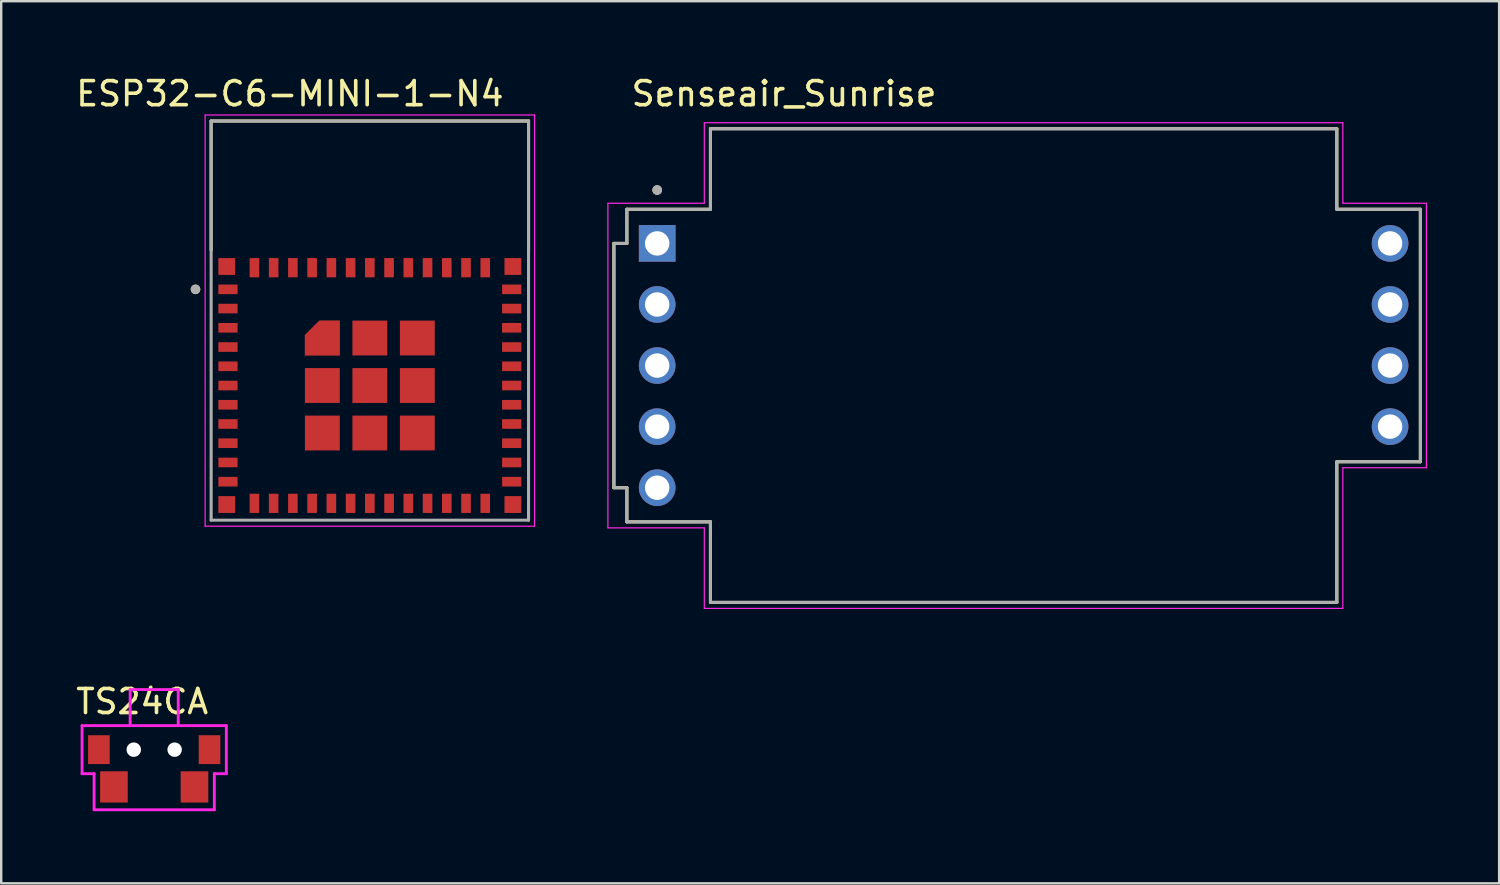
<source format=kicad_pcb>
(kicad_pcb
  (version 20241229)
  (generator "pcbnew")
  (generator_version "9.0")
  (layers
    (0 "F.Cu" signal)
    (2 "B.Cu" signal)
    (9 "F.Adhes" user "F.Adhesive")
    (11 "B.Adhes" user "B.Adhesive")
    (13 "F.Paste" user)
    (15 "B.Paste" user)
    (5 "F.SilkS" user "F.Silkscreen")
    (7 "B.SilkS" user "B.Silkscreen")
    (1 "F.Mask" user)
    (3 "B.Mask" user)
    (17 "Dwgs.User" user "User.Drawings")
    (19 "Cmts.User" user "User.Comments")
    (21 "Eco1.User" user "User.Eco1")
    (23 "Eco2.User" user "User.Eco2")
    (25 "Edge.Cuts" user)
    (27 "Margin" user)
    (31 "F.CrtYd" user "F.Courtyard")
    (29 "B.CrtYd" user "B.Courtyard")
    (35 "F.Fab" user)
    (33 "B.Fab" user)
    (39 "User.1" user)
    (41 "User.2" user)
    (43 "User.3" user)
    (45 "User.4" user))
  (footprint "Senseair_Sunrise"
    (layer "F.Cu")
    (at 39.521 12.153)
    (property "Reference" "Senseair_Sunrise" (at -9.965 -11.305 0) (layer "F.SilkS") (effects (font (size 1 1) (thickness 0.15))))
    (attr through_hole)
    (fp_line (start -17.04 -5.08) (end -17.04 5.08) (stroke (width 0.127) (type solid)) (layer "F.SilkS"))
    (fp_line (start -17.04 5.08) (end -16.5 5.08) (stroke (width 0.127) (type solid)) (layer "F.SilkS"))
    (fp_line (start -16.5 -6.5) (end -16.5 -5.08) (stroke (width 0.127) (type solid)) (layer "F.SilkS"))
    (fp_line (start -16.5 -5.08) (end -17.04 -5.08) (stroke (width 0.127) (type solid)) (layer "F.SilkS"))
    (fp_line (start -16.5 5.08) (end -16.5 6.5) (stroke (width 0.127) (type solid)) (layer "F.SilkS"))
    (fp_line (start -16.5 6.5) (end -13.025 6.5) (stroke (width 0.127) (type solid)) (layer "F.SilkS"))
    (fp_line (start -13.025 -9.85) (end -13.025 -6.5) (stroke (width 0.127) (type solid)) (layer "F.SilkS"))
    (fp_line (start -13.025 -6.5) (end -16.5 -6.5) (stroke (width 0.127) (type solid)) (layer "F.SilkS"))
    (fp_line (start -13.025 6.5) (end -13.025 9.85) (stroke (width 0.127) (type solid)) (layer "F.SilkS"))
    (fp_line (start -13.025 9.85) (end 13.025 9.85) (stroke (width 0.127) (type solid)) (layer "F.SilkS"))
    (fp_line (start 13.025 -9.85) (end -13.025 -9.85) (stroke (width 0.127) (type solid)) (layer "F.SilkS"))
    (fp_line (start 13.025 -6.5) (end 13.025 -9.85) (stroke (width 0.127) (type solid)) (layer "F.SilkS"))
    (fp_line (start 13.025 9.85) (end 13.025 4) (stroke (width 0.127) (type solid)) (layer "F.SilkS"))
    (fp_line (start 16.5 -6.5) (end 13.025 -6.5) (stroke (width 0.127) (type solid)) (layer "F.SilkS"))
    (fp_line (start 16.5 4) (end 13.025 4) (stroke (width 0.127) (type solid)) (layer "F.SilkS"))
    (fp_line (start 16.5 4) (end 16.5 -6.5) (stroke (width 0.127) (type solid)) (layer "F.SilkS"))
    (fp_circle (center -15.24 -7.3) (end -15.14 -7.3) (stroke (width 0.2) (type solid)) (fill no) (layer "F.SilkS"))
    (fp_line (start -17.29 -6.75) (end -13.28 -6.75) (stroke (width 0.05) (type solid)) (layer "F.CrtYd"))
    (fp_line (start -17.29 6.75) (end -17.29 -6.75) (stroke (width 0.05) (type solid)) (layer "F.CrtYd"))
    (fp_line (start -13.28 -10.1) (end 13.275 -10.1) (stroke (width 0.05) (type solid)) (layer "F.CrtYd"))
    (fp_line (start -13.28 -6.75) (end -13.28 -10.1) (stroke (width 0.05) (type solid)) (layer "F.CrtYd"))
    (fp_line (start -13.28 6.75) (end -17.29 6.75) (stroke (width 0.05) (type solid)) (layer "F.CrtYd"))
    (fp_line (start -13.28 10.1) (end -13.28 6.75) (stroke (width 0.05) (type solid)) (layer "F.CrtYd"))
    (fp_line (start 13.275 -10.1) (end 13.275 -6.75) (stroke (width 0.05) (type solid)) (layer "F.CrtYd"))
    (fp_line (start 13.275 -6.75) (end 16.75 -6.75) (stroke (width 0.05) (type solid)) (layer "F.CrtYd"))
    (fp_line (start 13.275 4.25) (end 13.275 10.1) (stroke (width 0.05) (type solid)) (layer "F.CrtYd"))
    (fp_line (start 13.275 10.1) (end -13.28 10.1) (stroke (width 0.05) (type solid)) (layer "F.CrtYd"))
    (fp_line (start 16.75 -6.75) (end 16.75 4.25) (stroke (width 0.05) (type solid)) (layer "F.CrtYd"))
    (fp_line (start 16.75 4.25) (end 13.275 4.25) (stroke (width 0.05) (type solid)) (layer "F.CrtYd"))
    (fp_line (start -17.04 -5.08) (end -17.04 5.08) (stroke (width 0.127) (type solid)) (layer "F.Fab"))
    (fp_line (start -17.04 5.08) (end -16.5 5.08) (stroke (width 0.127) (type solid)) (layer "F.Fab"))
    (fp_line (start -16.5 -6.5) (end -16.5 -5.08) (stroke (width 0.127) (type solid)) (layer "F.Fab"))
    (fp_line (start -16.5 -5.08) (end -17.04 -5.08) (stroke (width 0.127) (type solid)) (layer "F.Fab"))
    (fp_line (start -16.5 5.08) (end -16.5 6.5) (stroke (width 0.127) (type solid)) (layer "F.Fab"))
    (fp_line (start -16.5 6.5) (end -13.025 6.5) (stroke (width 0.127) (type solid)) (layer "F.Fab"))
    (fp_line (start -13.025 -9.85) (end -13.025 -6.5) (stroke (width 0.127) (type solid)) (layer "F.Fab"))
    (fp_line (start -13.025 -6.5) (end -16.5 -6.5) (stroke (width 0.127) (type solid)) (layer "F.Fab"))
    (fp_line (start -13.025 6.5) (end -13.025 9.85) (stroke (width 0.127) (type solid)) (layer "F.Fab"))
    (fp_line (start -13.025 9.85) (end 13.025 9.85) (stroke (width 0.127) (type solid)) (layer "F.Fab"))
    (fp_line (start 13.025 -9.85) (end -13.025 -9.85) (stroke (width 0.127) (type solid)) (layer "F.Fab"))
    (fp_line (start 13.025 -6.5) (end 13.025 -9.85) (stroke (width 0.127) (type solid)) (layer "F.Fab"))
    (fp_line (start 13.025 9.85) (end 13.025 4) (stroke (width 0.127) (type solid)) (layer "F.Fab"))
    (fp_line (start 16.5 -6.5) (end 13.025 -6.5) (stroke (width 0.127) (type solid)) (layer "F.Fab"))
    (fp_line (start 16.5 4) (end 13.025 4) (stroke (width 0.127) (type solid)) (layer "F.Fab"))
    (fp_line (start 16.5 4) (end 16.5 -6.5) (stroke (width 0.127) (type solid)) (layer "F.Fab"))
    (fp_circle (center -15.24 -7.3) (end -15.14 -7.3) (stroke (width 0.2) (type solid)) (fill no) (layer "F.Fab"))
    (pad "1" thru_hole rect (at -15.24 -5.08) (size 1.524 1.524) (drill 1.016) (layers "*.Cu" "*.Mask"))
    (pad "2" thru_hole circle (at -15.24 -2.54) (size 1.524 1.524) (drill 1.016) (layers "*.Cu" "*.Mask"))
    (pad "3" thru_hole circle (at -15.24 0) (size 1.524 1.524) (drill 1.016) (layers "*.Cu" "*.Mask"))
    (pad "4" thru_hole circle (at -15.24 2.54) (size 1.524 1.524) (drill 1.016) (layers "*.Cu" "*.Mask"))
    (pad "5" thru_hole circle (at -15.24 5.08) (size 1.524 1.524) (drill 1.016) (layers "*.Cu" "*.Mask"))
    (pad "6" thru_hole circle (at 15.24 2.54) (size 1.524 1.524) (drill 1.016) (layers "*.Cu" "*.Mask"))
    (pad "7" thru_hole circle (at 15.24 0) (size 1.524 1.524) (drill 1.016) (layers "*.Cu" "*.Mask"))
    (pad "8" thru_hole circle (at 15.24 -2.54) (size 1.524 1.524) (drill 1.016) (layers "*.Cu" "*.Mask"))
    (pad "9" thru_hole circle (at 15.24 -5.08) (size 1.524 1.524) (drill 1.016) (layers "*.Cu" "*.Mask")))
  (footprint "TS24CA"
    (layer "F.Cu")
    (at 3.363 28.127)
    (property "Reference" "TS24CA" (at -0.5 -2 0) (layer "F.SilkS") (effects (font (size 1 1) (thickness 0.15))))
    (attr through_hole)
    (fp_line (start -3 -1) (end -3 1) (stroke (width 0.12) (type solid)) (layer "F.CrtYd"))
    (fp_line (start -3 1) (end -2.5 1) (stroke (width 0.12) (type solid)) (layer "F.CrtYd"))
    (fp_line (start -2.5 1) (end -2.5 2.5) (stroke (width 0.12) (type solid)) (layer "F.CrtYd"))
    (fp_line (start -2.5 2.5) (end 2.5 2.5) (stroke (width 0.12) (type solid)) (layer "F.CrtYd"))
    (fp_line (start -1 -2.5) (end 1 -2.5) (stroke (width 0.12) (type default)) (layer "F.CrtYd"))
    (fp_line (start -1 -1) (end -1 -2.5) (stroke (width 0.12) (type default)) (layer "F.CrtYd"))
    (fp_line (start 1 -2.5) (end 1 -1) (stroke (width 0.12) (type default)) (layer "F.CrtYd"))
    (fp_line (start 2.5 1) (end 3 1) (stroke (width 0.12) (type solid)) (layer "F.CrtYd"))
    (fp_line (start 2.5 2.5) (end 2.5 1) (stroke (width 0.12) (type solid)) (layer "F.CrtYd"))
    (fp_line (start 3 -1) (end -3 -1) (stroke (width 0.12) (type solid)) (layer "F.CrtYd"))
    (fp_line (start 3 1) (end 3 -1) (stroke (width 0.12) (type solid)) (layer "F.CrtYd"))
    (pad "" np_thru_hole circle (at -0.85 0) (size 0.6 0.6) (drill 0.6) (layers "*.Cu" "*.Mask"))
    (pad "" np_thru_hole circle (at 0.85 0) (size 0.6 0.6) (drill 0.6) (layers "*.Cu" "*.Mask"))
    (pad "1" smd rect (at -1.675 1.55) (size 1.15 1.3) (layers "F.Cu" "F.Mask" "F.Paste"))
    (pad "2" smd rect (at 1.675 1.55) (size 1.15 1.3) (layers "F.Cu" "F.Mask" "F.Paste"))
    (pad "~" smd rect (at -2.3 0) (size 0.9 1.2) (layers "F.Cu" "F.Mask" "F.Paste"))
    (pad "~" smd rect (at 2.3 0) (size 0.9 1.2) (layers "F.Cu" "F.Mask" "F.Paste")))
  (footprint "ESP32-C6-MINI-1-N4"
    (layer "F.Cu")
    (at 12.331 12.983)
    (property "Reference" "ESP32-C6-MINI-1-N4" (at -3.325 -12.135 0) (layer "F.SilkS") (effects (font (size 1 1) (thickness 0.15))))
    (attr smd)
    (fp_poly (pts (xy -2.8 -1.15) (xy -1.15 -1.15) (xy -1.15 -2.8) (xy -2.15 -2.8) (xy -2.8 -2.15)) (stroke (width 0.01) (type solid)) (fill yes) (layer "F.Mask"))
    (fp_line (start -6.6 -11) (end 6.6 -11) (stroke (width 0.127) (type solid)) (layer "F.SilkS"))
    (fp_line (start -6.6 -5.62) (end -6.6 -11) (stroke (width 0.127) (type solid)) (layer "F.SilkS"))
    (fp_line (start 6.6 -11) (end 6.6 -5.62) (stroke (width 0.127) (type solid)) (layer "F.SilkS"))
    (fp_circle (center -7.25 -4) (end -7.15 -4) (stroke (width 0.2) (type solid)) (fill no) (layer "F.SilkS"))
    (fp_poly (pts (xy -2.7 -1.25) (xy -1.25 -1.25) (xy -1.25 -2.7) (xy -2.1 -2.7) (xy -2.7 -2.1)) (stroke (width 0.01) (type solid)) (fill yes) (layer "F.Paste"))
    (fp_line (start -6.85 -11.25) (end -6.85 5.85) (stroke (width 0.05) (type solid)) (layer "F.CrtYd"))
    (fp_line (start -6.85 5.85) (end 6.85 5.85) (stroke (width 0.05) (type solid)) (layer "F.CrtYd"))
    (fp_line (start 6.85 -11.25) (end -6.85 -11.25) (stroke (width 0.05) (type solid)) (layer "F.CrtYd"))
    (fp_line (start 6.85 5.85) (end 6.85 -11.25) (stroke (width 0.05) (type solid)) (layer "F.CrtYd"))
    (fp_line (start -6.6 -11) (end 6.6 -11) (stroke (width 0.127) (type solid)) (layer "F.Fab"))
    (fp_line (start -6.6 5.6) (end -6.6 -11) (stroke (width 0.127) (type solid)) (layer "F.Fab"))
    (fp_line (start 6.6 -11) (end 6.6 5.6) (stroke (width 0.127) (type solid)) (layer "F.Fab"))
    (fp_line (start 6.6 5.6) (end -6.6 5.6) (stroke (width 0.127) (type solid)) (layer "F.Fab"))
    (fp_circle (center -7.25 -4) (end -7.15 -4) (stroke (width 0.2) (type solid)) (fill no) (layer "F.Fab"))
    (pad "1" smd rect (at -5.9 -4) (size 0.8 0.4) (layers "F.Cu" "F.Mask" "F.Paste"))
    (pad "2" smd rect (at -5.9 -3.2) (size 0.8 0.4) (layers "F.Cu" "F.Mask" "F.Paste"))
    (pad "3" smd rect (at -5.9 -2.4) (size 0.8 0.4) (layers "F.Cu" "F.Mask" "F.Paste"))
    (pad "4" smd rect (at -5.9 -1.6) (size 0.8 0.4) (layers "F.Cu" "F.Mask" "F.Paste"))
    (pad "5" smd rect (at -5.9 -0.8) (size 0.8 0.4) (layers "F.Cu" "F.Mask" "F.Paste"))
    (pad "6" smd rect (at -5.9 0) (size 0.8 0.4) (layers "F.Cu" "F.Mask" "F.Paste"))
    (pad "7" smd rect (at -5.9 0.8) (size 0.8 0.4) (layers "F.Cu" "F.Mask" "F.Paste"))
    (pad "8" smd rect (at -5.9 1.6) (size 0.8 0.4) (layers "F.Cu" "F.Mask" "F.Paste"))
    (pad "9" smd rect (at -5.9 2.4) (size 0.8 0.4) (layers "F.Cu" "F.Mask" "F.Paste"))
    (pad "10" smd rect (at -5.9 3.2) (size 0.8 0.4) (layers "F.Cu" "F.Mask" "F.Paste"))
    (pad "11" smd rect (at -5.9 4) (size 0.8 0.4) (layers "F.Cu" "F.Mask" "F.Paste"))
    (pad "12" smd rect (at -4.8 4.9) (size 0.4 0.8) (layers "F.Cu" "F.Mask" "F.Paste"))
    (pad "13" smd rect (at -4 4.9) (size 0.4 0.8) (layers "F.Cu" "F.Mask" "F.Paste"))
    (pad "14" smd rect (at -3.2 4.9) (size 0.4 0.8) (layers "F.Cu" "F.Mask" "F.Paste"))
    (pad "15" smd rect (at -2.4 4.9) (size 0.4 0.8) (layers "F.Cu" "F.Mask" "F.Paste"))
    (pad "16" smd rect (at -1.6 4.9) (size 0.4 0.8) (layers "F.Cu" "F.Mask" "F.Paste"))
    (pad "17" smd rect (at -0.8 4.9) (size 0.4 0.8) (layers "F.Cu" "F.Mask" "F.Paste"))
    (pad "18" smd rect (at 0 4.9) (size 0.4 0.8) (layers "F.Cu" "F.Mask" "F.Paste"))
    (pad "19" smd rect (at 0.8 4.9) (size 0.4 0.8) (layers "F.Cu" "F.Mask" "F.Paste"))
    (pad "20" smd rect (at 1.6 4.9) (size 0.4 0.8) (layers "F.Cu" "F.Mask" "F.Paste"))
    (pad "21" smd rect (at 2.4 4.9) (size 0.4 0.8) (layers "F.Cu" "F.Mask" "F.Paste"))
    (pad "22" smd rect (at 3.2 4.9) (size 0.4 0.8) (layers "F.Cu" "F.Mask" "F.Paste"))
    (pad "23" smd rect (at 4 4.9) (size 0.4 0.8) (layers "F.Cu" "F.Mask" "F.Paste"))
    (pad "24" smd rect (at 4.8 4.9) (size 0.4 0.8) (layers "F.Cu" "F.Mask" "F.Paste"))
    (pad "25" smd rect (at 5.9 4) (size 0.8 0.4) (layers "F.Cu" "F.Mask" "F.Paste"))
    (pad "26" smd rect (at 5.9 3.2) (size 0.8 0.4) (layers "F.Cu" "F.Mask" "F.Paste"))
    (pad "27" smd rect (at 5.9 2.4) (size 0.8 0.4) (layers "F.Cu" "F.Mask" "F.Paste"))
    (pad "28" smd rect (at 5.9 1.6) (size 0.8 0.4) (layers "F.Cu" "F.Mask" "F.Paste"))
    (pad "29" smd rect (at 5.9 0.8) (size 0.8 0.4) (layers "F.Cu" "F.Mask" "F.Paste"))
    (pad "30" smd rect (at 5.9 0) (size 0.8 0.4) (layers "F.Cu" "F.Mask" "F.Paste"))
    (pad "31" smd rect (at 5.9 -0.8) (size 0.8 0.4) (layers "F.Cu" "F.Mask" "F.Paste"))
    (pad "32" smd rect (at 5.9 -1.6) (size 0.8 0.4) (layers "F.Cu" "F.Mask" "F.Paste"))
    (pad "33" smd rect (at 5.9 -2.4) (size 0.8 0.4) (layers "F.Cu" "F.Mask" "F.Paste"))
    (pad "34" smd rect (at 5.9 -3.2) (size 0.8 0.4) (layers "F.Cu" "F.Mask" "F.Paste"))
    (pad "35" smd rect (at 5.9 -4) (size 0.8 0.4) (layers "F.Cu" "F.Mask" "F.Paste"))
    (pad "36" smd rect (at 4.8 -4.9) (size 0.4 0.8) (layers "F.Cu" "F.Mask" "F.Paste"))
    (pad "37" smd rect (at 4 -4.9) (size 0.4 0.8) (layers "F.Cu" "F.Mask" "F.Paste"))
    (pad "38" smd rect (at 3.2 -4.9) (size 0.4 0.8) (layers "F.Cu" "F.Mask" "F.Paste"))
    (pad "39" smd rect (at 2.4 -4.9) (size 0.4 0.8) (layers "F.Cu" "F.Mask" "F.Paste"))
    (pad "40" smd rect (at 1.6 -4.9) (size 0.4 0.8) (layers "F.Cu" "F.Mask" "F.Paste"))
    (pad "41" smd rect (at 0.8 -4.9) (size 0.4 0.8) (layers "F.Cu" "F.Mask" "F.Paste"))
    (pad "42" smd rect (at 0 -4.9) (size 0.4 0.8) (layers "F.Cu" "F.Mask" "F.Paste"))
    (pad "43" smd rect (at -0.8 -4.9) (size 0.4 0.8) (layers "F.Cu" "F.Mask" "F.Paste"))
    (pad "44" smd rect (at -1.6 -4.9) (size 0.4 0.8) (layers "F.Cu" "F.Mask" "F.Paste"))
    (pad "45" smd rect (at -2.4 -4.9) (size 0.4 0.8) (layers "F.Cu" "F.Mask" "F.Paste"))
    (pad "46" smd rect (at -3.2 -4.9) (size 0.4 0.8) (layers "F.Cu" "F.Mask" "F.Paste"))
    (pad "47" smd rect (at -4 -4.9) (size 0.4 0.8) (layers "F.Cu" "F.Mask" "F.Paste"))
    (pad "48" smd rect (at -4.8 -4.9) (size 0.4 0.8) (layers "F.Cu" "F.Mask" "F.Paste"))
    (pad "49_1" smd custom (at -1.975 -1.975) (size 0.4 0.4) (layers "F.Cu") (options (anchor rect)) (primitives (gr_poly (pts (xy -0.725 0.725) (xy 0.725 0.725) (xy 0.725 -0.725) (xy -0.125 -0.725) (xy -0.725 -0.125)) (width 0.01) (fill yes))))
    (pad "49_2" smd rect (at 0 -1.975) (size 1.45 1.45) (layers "F.Cu" "F.Mask" "F.Paste"))
    (pad "49_3" smd rect (at 1.975 -1.975) (size 1.45 1.45) (layers "F.Cu" "F.Mask" "F.Paste"))
    (pad "49_4" smd rect (at -1.975 0) (size 1.45 1.45) (layers "F.Cu" "F.Mask" "F.Paste"))
    (pad "49_5" smd rect (at 0 0) (size 1.45 1.45) (layers "F.Cu" "F.Mask" "F.Paste"))
    (pad "49_6" smd rect (at 1.975 0) (size 1.45 1.45) (layers "F.Cu" "F.Mask" "F.Paste"))
    (pad "49_7" smd rect (at -1.975 1.975) (size 1.45 1.45) (layers "F.Cu" "F.Mask" "F.Paste"))
    (pad "49_8" smd rect (at 0 1.975) (size 1.45 1.45) (layers "F.Cu" "F.Mask" "F.Paste"))
    (pad "49_9" smd rect (at 1.975 1.975) (size 1.45 1.45) (layers "F.Cu" "F.Mask" "F.Paste"))
    (pad "50" smd rect (at 5.95 -4.95) (size 0.7 0.7) (layers "F.Cu" "F.Mask" "F.Paste"))
    (pad "51" smd rect (at 5.95 4.95) (size 0.7 0.7) (layers "F.Cu" "F.Mask" "F.Paste"))
    (pad "52" smd rect (at -5.95 4.95) (size 0.7 0.7) (layers "F.Cu" "F.Mask" "F.Paste"))
    (pad "53" smd rect (at -5.95 -4.95) (size 0.7 0.7) (layers "F.Cu" "F.Mask" "F.Paste"))
    (zone (net_name "") (layer "F.Cu") (hatch full 0.508) (connect_pads) (min_thickness 0.01) (filled_areas_thickness no) (keepout (tracks not_allowed) (vias not_allowed) (pads not_allowed) (copperpour not_allowed) (footprints allowed)) (placement (enabled no)) (fill) (polygon (pts (xy 5.731 1.983) (xy 18.931 1.983) (xy 18.931 7.383) (xy 5.731 7.383))))
    (zone (net_name "") (layers "F.Cu" "B.Cu") (hatch full 0.508) (connect_pads) (min_thickness 0.01) (filled_areas_thickness no) (keepout (tracks allowed) (vias not_allowed) (pads allowed) (copperpour allowed) (footprints allowed)) (placement (enabled no)) (fill) (polygon (pts (xy 5.731 1.983) (xy 18.931 1.983) (xy 18.931 7.383) (xy 5.731 7.383)))))
  (gr_rect
    (start -3 -3)
    (end 59.296 33.687)
    (stroke (width 0.1) (type default))
    (fill no)
    (layer "Edge.Cuts")))
</source>
